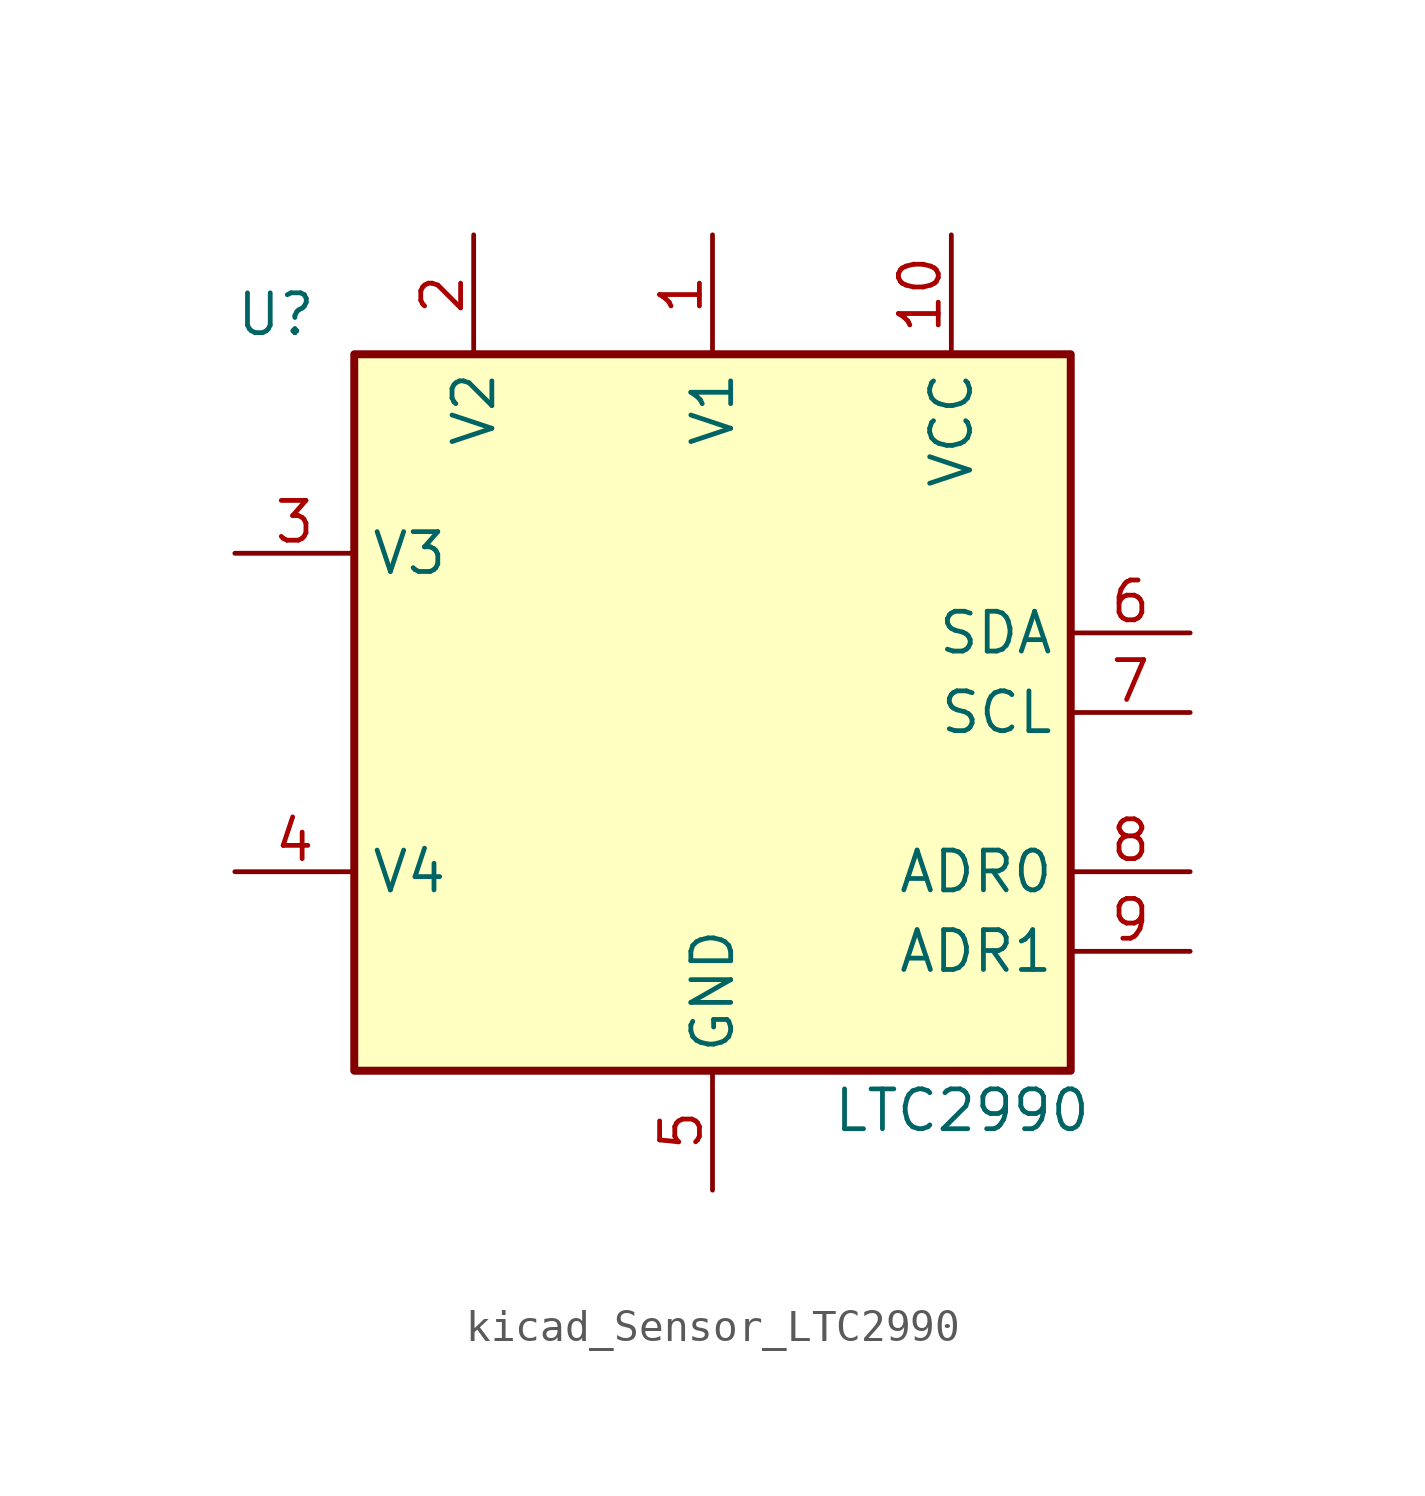
<source format=kicad_sym>
(kicad_symbol_lib
  (version 20220914)
  (generator kicad_symbol_editor)
  (symbol "kicad_Sensor_LTC2990"
    (property "Reference" "U"
      (at -15.24 12.7 0)
      (effects (font (size 1.27 1.27)) (justify left)))
    (property "Value" "LTC2990"
      (at 3.81 -12.7 0)
      (effects (font (size 1.27 1.27)) (justify left)))
    (symbol "kicad_Sensor_LTC2990_0_1"
      (rectangle (start -11.43 11.43) (end 11.43 -11.43) (stroke (width 0.254) (type default)) (fill (type background))))
    (symbol "kicad_Sensor_LTC2990_1_1"
      (pin passive line (at 0 15.24 270) (length 3.81) (name "V1" (effects (font (size 1.27 1.27)))) (number "1" (effects (font (size 1.27 1.27)))))
      (pin power_in line (at 7.62 15.24 270) (length 3.81) (name "VCC" (effects (font (size 1.27 1.27)))) (number "10" (effects (font (size 1.27 1.27)))))
      (pin passive line (at -7.62 15.24 270) (length 3.81) (name "V2" (effects (font (size 1.27 1.27)))) (number "2" (effects (font (size 1.27 1.27)))))
      (pin passive line (at -15.24 5.08 0) (length 3.81) (name "V3" (effects (font (size 1.27 1.27)))) (number "3" (effects (font (size 1.27 1.27)))))
      (pin passive line (at -15.24 -5.08 0) (length 3.81) (name "V4" (effects (font (size 1.27 1.27)))) (number "4" (effects (font (size 1.27 1.27)))))
      (pin power_in line (at 0 -15.24 90) (length 3.81) (name "GND" (effects (font (size 1.27 1.27)))) (number "5" (effects (font (size 1.27 1.27)))))
      (pin bidirectional line (at 15.24 2.54 180) (length 3.81) (name "SDA" (effects (font (size 1.27 1.27)))) (number "6" (effects (font (size 1.27 1.27)))))
      (pin input line (at 15.24 0 180) (length 3.81) (name "SCL" (effects (font (size 1.27 1.27)))) (number "7" (effects (font (size 1.27 1.27)))))
      (pin input line (at 15.24 -5.08 180) (length 3.81) (name "ADR0" (effects (font (size 1.27 1.27)))) (number "8" (effects (font (size 1.27 1.27)))))
      (pin input line (at 15.24 -7.62 180) (length 3.81) (name "ADR1" (effects (font (size 1.27 1.27)))) (number "9" (effects (font (size 1.27 1.27))))))))
</source>
